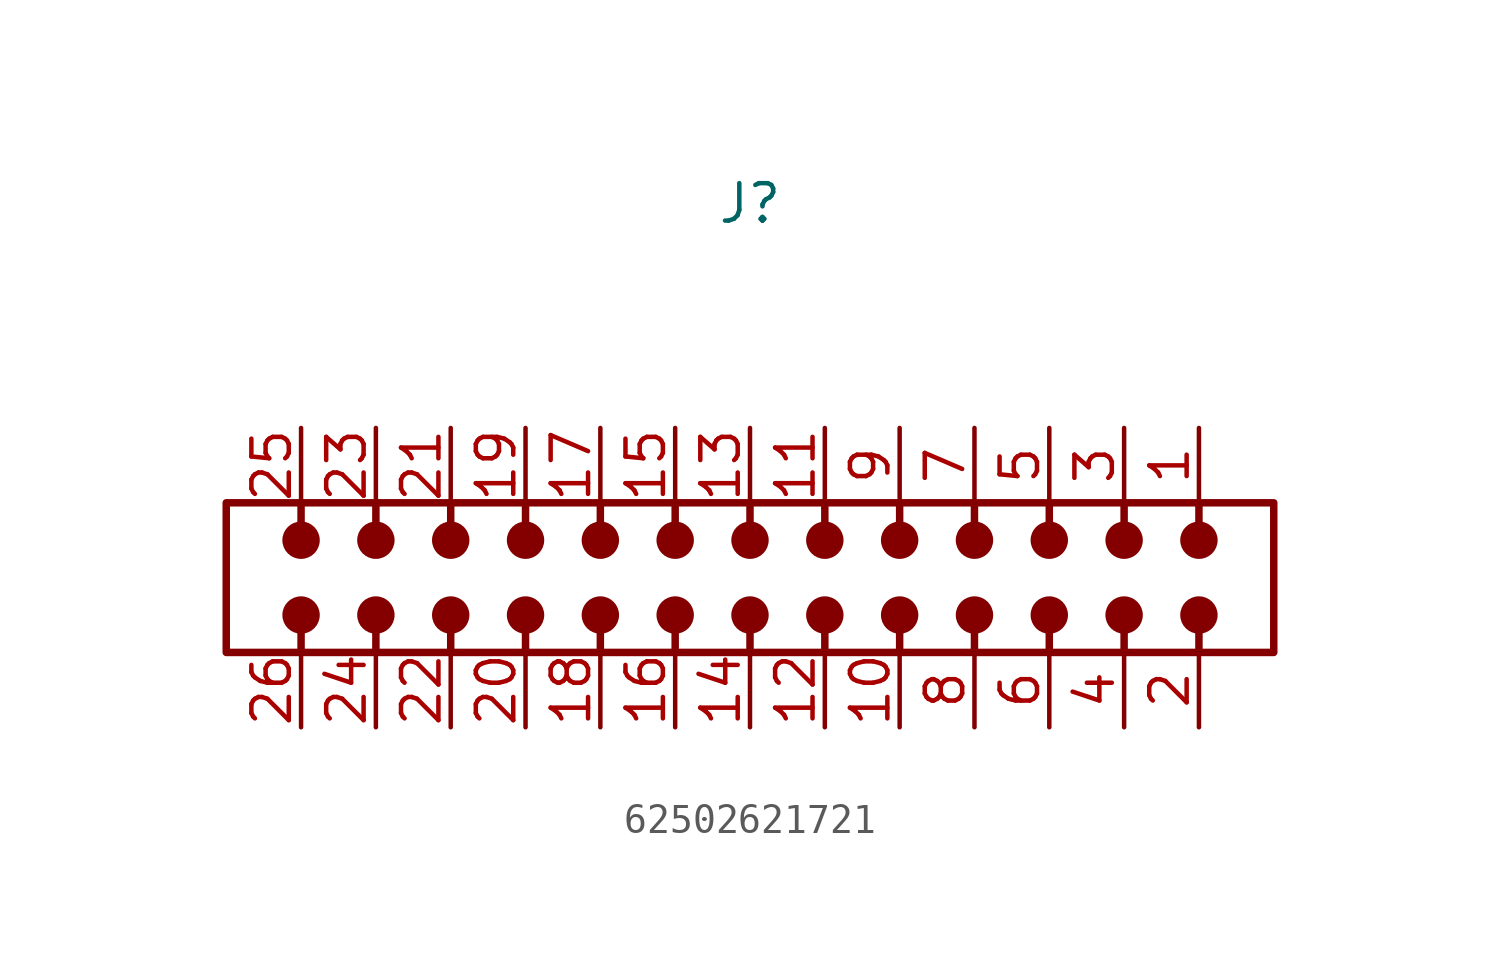
<source format=kicad_sym>
(kicad_symbol_lib
  (version 20241209)
  (generator "kicad_symbol_editor")
  (generator_version "9.0")
  (symbol "62502621721"
    (pin_names
      (hide yes))
    (property "Reference" "J"
      (at 0 12.7 0)
      (effects (font (size 1.27 1.27))))
    (symbol "62502621721_1_1"
      (rectangle (start -17.78 2.54) (end 17.78 -2.54) (stroke (width 0.254) (type solid)) (fill (type none)))
      (polyline (pts (xy -15.24 1.778) (xy -15.24 2.54)) (stroke (width 0.254) (type solid)) (fill (type none)))
      (circle (center -15.24 1.27) (radius 0.508) (stroke (width 0.254) (type solid)) (fill (type outline)))
      (circle (center -15.24 -1.27) (radius 0.508) (stroke (width 0.254) (type solid)) (fill (type outline)))
      (polyline (pts (xy -15.24 -1.778) (xy -15.24 -2.54)) (stroke (width 0.254) (type solid)) (fill (type none)))
      (polyline (pts (xy -12.7 1.778) (xy -12.7 2.54)) (stroke (width 0.254) (type solid)) (fill (type none)))
      (circle (center -12.7 1.27) (radius 0.508) (stroke (width 0.254) (type solid)) (fill (type outline)))
      (circle (center -12.7 -1.27) (radius 0.508) (stroke (width 0.254) (type solid)) (fill (type outline)))
      (polyline (pts (xy -12.7 -1.778) (xy -12.7 -2.54)) (stroke (width 0.254) (type solid)) (fill (type none)))
      (polyline (pts (xy -10.16 1.778) (xy -10.16 2.54)) (stroke (width 0.254) (type solid)) (fill (type none)))
      (circle (center -10.16 1.27) (radius 0.508) (stroke (width 0.254) (type solid)) (fill (type outline)))
      (circle (center -10.16 -1.27) (radius 0.508) (stroke (width 0.254) (type solid)) (fill (type outline)))
      (polyline (pts (xy -10.16 -1.778) (xy -10.16 -2.54)) (stroke (width 0.254) (type solid)) (fill (type none)))
      (polyline (pts (xy -7.62 1.778) (xy -7.62 2.54)) (stroke (width 0.254) (type solid)) (fill (type none)))
      (circle (center -7.62 1.27) (radius 0.508) (stroke (width 0.254) (type solid)) (fill (type outline)))
      (circle (center -7.62 -1.27) (radius 0.508) (stroke (width 0.254) (type solid)) (fill (type outline)))
      (polyline (pts (xy -7.62 -1.778) (xy -7.62 -2.54)) (stroke (width 0.254) (type solid)) (fill (type none)))
      (polyline (pts (xy -5.08 1.778) (xy -5.08 2.54)) (stroke (width 0.254) (type solid)) (fill (type none)))
      (circle (center -5.08 1.27) (radius 0.508) (stroke (width 0.254) (type solid)) (fill (type outline)))
      (circle (center -5.08 -1.27) (radius 0.508) (stroke (width 0.254) (type solid)) (fill (type outline)))
      (polyline (pts (xy -5.08 -1.778) (xy -5.08 -2.54)) (stroke (width 0.254) (type solid)) (fill (type none)))
      (polyline (pts (xy -2.54 1.778) (xy -2.54 2.54)) (stroke (width 0.254) (type solid)) (fill (type none)))
      (circle (center -2.54 1.27) (radius 0.508) (stroke (width 0.254) (type solid)) (fill (type outline)))
      (circle (center -2.54 -1.27) (radius 0.508) (stroke (width 0.254) (type solid)) (fill (type outline)))
      (polyline (pts (xy -2.54 -1.778) (xy -2.54 -2.54)) (stroke (width 0.254) (type solid)) (fill (type none)))
      (polyline (pts (xy 0 1.778) (xy 0 2.54)) (stroke (width 0.254) (type solid)) (fill (type none)))
      (circle (center 0 1.27) (radius 0.508) (stroke (width 0.254) (type solid)) (fill (type outline)))
      (circle (center 0 -1.27) (radius 0.508) (stroke (width 0.254) (type solid)) (fill (type outline)))
      (polyline (pts (xy 0 -1.778) (xy 0 -2.54)) (stroke (width 0.254) (type solid)) (fill (type none)))
      (polyline (pts (xy 2.54 1.778) (xy 2.54 2.54)) (stroke (width 0.254) (type solid)) (fill (type none)))
      (circle (center 2.54 1.27) (radius 0.508) (stroke (width 0.254) (type solid)) (fill (type outline)))
      (circle (center 2.54 -1.27) (radius 0.508) (stroke (width 0.254) (type solid)) (fill (type outline)))
      (polyline (pts (xy 2.54 -1.778) (xy 2.54 -2.54)) (stroke (width 0.254) (type solid)) (fill (type none)))
      (polyline (pts (xy 5.08 1.778) (xy 5.08 2.54)) (stroke (width 0.254) (type solid)) (fill (type none)))
      (circle (center 5.08 1.27) (radius 0.508) (stroke (width 0.254) (type solid)) (fill (type outline)))
      (circle (center 5.08 -1.27) (radius 0.508) (stroke (width 0.254) (type solid)) (fill (type outline)))
      (polyline (pts (xy 5.08 -1.778) (xy 5.08 -2.54)) (stroke (width 0.254) (type solid)) (fill (type none)))
      (polyline (pts (xy 7.62 1.778) (xy 7.62 2.54)) (stroke (width 0.254) (type solid)) (fill (type none)))
      (circle (center 7.62 1.27) (radius 0.508) (stroke (width 0.254) (type solid)) (fill (type outline)))
      (circle (center 7.62 -1.27) (radius 0.508) (stroke (width 0.254) (type solid)) (fill (type outline)))
      (polyline (pts (xy 7.62 -1.778) (xy 7.62 -2.54)) (stroke (width 0.254) (type solid)) (fill (type none)))
      (polyline (pts (xy 10.16 1.778) (xy 10.16 2.54)) (stroke (width 0.254) (type solid)) (fill (type none)))
      (circle (center 10.16 1.27) (radius 0.508) (stroke (width 0.254) (type solid)) (fill (type outline)))
      (circle (center 10.16 -1.27) (radius 0.508) (stroke (width 0.254) (type solid)) (fill (type outline)))
      (polyline (pts (xy 10.16 -1.778) (xy 10.16 -2.54)) (stroke (width 0.254) (type solid)) (fill (type none)))
      (polyline (pts (xy 12.7 1.778) (xy 12.7 2.54)) (stroke (width 0.254) (type solid)) (fill (type none)))
      (circle (center 12.7 1.27) (radius 0.508) (stroke (width 0.254) (type solid)) (fill (type outline)))
      (circle (center 12.7 -1.27) (radius 0.508) (stroke (width 0.254) (type solid)) (fill (type outline)))
      (polyline (pts (xy 12.7 -1.778) (xy 12.7 -2.54)) (stroke (width 0.254) (type solid)) (fill (type none)))
      (polyline (pts (xy 15.24 1.778) (xy 15.24 2.54)) (stroke (width 0.254) (type solid)) (fill (type none)))
      (circle (center 15.24 1.27) (radius 0.508) (stroke (width 0.254) (type solid)) (fill (type outline)))
      (circle (center 15.24 -1.27) (radius 0.508) (stroke (width 0.254) (type solid)) (fill (type outline)))
      (polyline (pts (xy 15.24 -1.778) (xy 15.24 -2.54)) (stroke (width 0.254) (type solid)) (fill (type none)))
      (pin passive line (at -15.24 5.08 270) (length 2.54) (name "25" (effects (font (size 1.27 1.27)))) (number "25" (effects (font (size 1.27 1.27)))))
      (pin passive line (at -15.24 -5.08 90) (length 2.54) (name "26" (effects (font (size 1.27 1.27)))) (number "26" (effects (font (size 1.27 1.27)))))
      (pin passive line (at -12.7 5.08 270) (length 2.54) (name "23" (effects (font (size 1.27 1.27)))) (number "23" (effects (font (size 1.27 1.27)))))
      (pin passive line (at -12.7 -5.08 90) (length 2.54) (name "24" (effects (font (size 1.27 1.27)))) (number "24" (effects (font (size 1.27 1.27)))))
      (pin passive line (at -10.16 5.08 270) (length 2.54) (name "21" (effects (font (size 1.27 1.27)))) (number "21" (effects (font (size 1.27 1.27)))))
      (pin passive line (at -10.16 -5.08 90) (length 2.54) (name "22" (effects (font (size 1.27 1.27)))) (number "22" (effects (font (size 1.27 1.27)))))
      (pin passive line (at -7.62 5.08 270) (length 2.54) (name "19" (effects (font (size 1.27 1.27)))) (number "19" (effects (font (size 1.27 1.27)))))
      (pin passive line (at -7.62 -5.08 90) (length 2.54) (name "20" (effects (font (size 1.27 1.27)))) (number "20" (effects (font (size 1.27 1.27)))))
      (pin passive line (at -5.08 5.08 270) (length 2.54) (name "17" (effects (font (size 1.27 1.27)))) (number "17" (effects (font (size 1.27 1.27)))))
      (pin passive line (at -5.08 -5.08 90) (length 2.54) (name "18" (effects (font (size 1.27 1.27)))) (number "18" (effects (font (size 1.27 1.27)))))
      (pin passive line (at -2.54 5.08 270) (length 2.54) (name "15" (effects (font (size 1.27 1.27)))) (number "15" (effects (font (size 1.27 1.27)))))
      (pin passive line (at -2.54 -5.08 90) (length 2.54) (name "16" (effects (font (size 1.27 1.27)))) (number "16" (effects (font (size 1.27 1.27)))))
      (pin passive line (at 0 5.08 270) (length 2.54) (name "13" (effects (font (size 1.27 1.27)))) (number "13" (effects (font (size 1.27 1.27)))))
      (pin passive line (at 0 -5.08 90) (length 2.54) (name "14" (effects (font (size 1.27 1.27)))) (number "14" (effects (font (size 1.27 1.27)))))
      (pin passive line (at 2.54 5.08 270) (length 2.54) (name "11" (effects (font (size 1.27 1.27)))) (number "11" (effects (font (size 1.27 1.27)))))
      (pin passive line (at 2.54 -5.08 90) (length 2.54) (name "12" (effects (font (size 1.27 1.27)))) (number "12" (effects (font (size 1.27 1.27)))))
      (pin passive line (at 5.08 5.08 270) (length 2.54) (name "9" (effects (font (size 1.27 1.27)))) (number "9" (effects (font (size 1.27 1.27)))))
      (pin passive line (at 5.08 -5.08 90) (length 2.54) (name "10" (effects (font (size 1.27 1.27)))) (number "10" (effects (font (size 1.27 1.27)))))
      (pin passive line (at 7.62 5.08 270) (length 2.54) (name "7" (effects (font (size 1.27 1.27)))) (number "7" (effects (font (size 1.27 1.27)))))
      (pin passive line (at 7.62 -5.08 90) (length 2.54) (name "8" (effects (font (size 1.27 1.27)))) (number "8" (effects (font (size 1.27 1.27)))))
      (pin passive line (at 10.16 5.08 270) (length 2.54) (name "5" (effects (font (size 1.27 1.27)))) (number "5" (effects (font (size 1.27 1.27)))))
      (pin passive line (at 10.16 -5.08 90) (length 2.54) (name "6" (effects (font (size 1.27 1.27)))) (number "6" (effects (font (size 1.27 1.27)))))
      (pin passive line (at 12.7 5.08 270) (length 2.54) (name "3" (effects (font (size 1.27 1.27)))) (number "3" (effects (font (size 1.27 1.27)))))
      (pin passive line (at 12.7 -5.08 90) (length 2.54) (name "4" (effects (font (size 1.27 1.27)))) (number "4" (effects (font (size 1.27 1.27)))))
      (pin passive line (at 15.24 5.08 270) (length 2.54) (name "1" (effects (font (size 1.27 1.27)))) (number "1" (effects (font (size 1.27 1.27)))))
      (pin passive line (at 15.24 -5.08 90) (length 2.54) (name "2" (effects (font (size 1.27 1.27)))) (number "2" (effects (font (size 1.27 1.27))))))))
</source>
